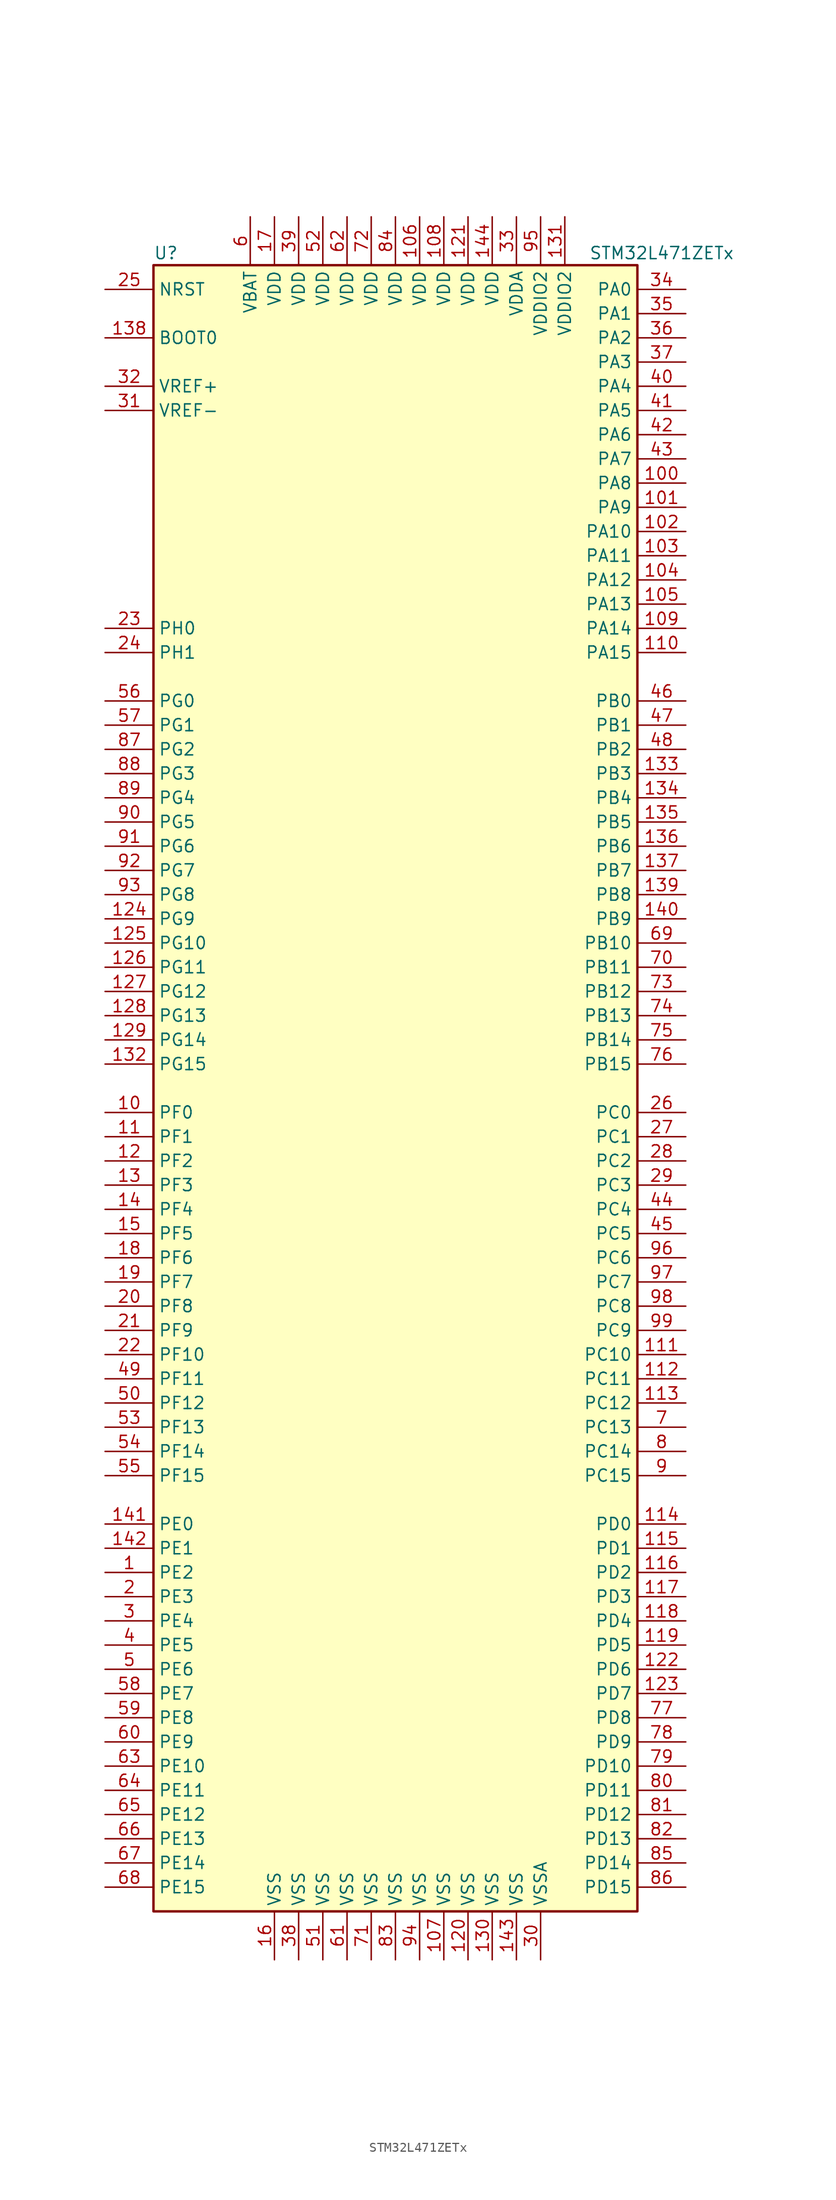
<source format=kicad_sym>
(kicad_symbol_lib
  (version 20211014)
  (generator kicad_symbol_editor)
  (symbol "STM32L471ZETx"
    (property "Reference" "U"
      (at -25.4 87.63 0)
      (effects (font (size 1.27 1.27)) (justify left)))
    (property "Value" "STM32L471ZETx"
      (at 20.32 87.63 0)
      (effects (font (size 1.27 1.27)) (justify left)))
    (symbol "STM32L471ZETx_0_1"
      (rectangle (start -25.4 -86.36) (end 25.4 86.36) (stroke (width 0.254) (type default) (color 0 0 0 0)) (fill (type background))))
    (symbol "STM32L471ZETx_1_1"
      (pin bidirectional line (at -30.48 -50.8 0) (length 5.08) (name "PE2" (effects (font (size 1.27 1.27)))) (number "1" (effects (font (size 1.27 1.27)))))
      (pin bidirectional line (at -30.48 -2.54 0) (length 5.08) (name "PF0" (effects (font (size 1.27 1.27)))) (number "10" (effects (font (size 1.27 1.27)))))
      (pin bidirectional line (at 30.48 63.5 180) (length 5.08) (name "PA8" (effects (font (size 1.27 1.27)))) (number "100" (effects (font (size 1.27 1.27)))))
      (pin bidirectional line (at 30.48 60.96 180) (length 5.08) (name "PA9" (effects (font (size 1.27 1.27)))) (number "101" (effects (font (size 1.27 1.27)))))
      (pin bidirectional line (at 30.48 58.42 180) (length 5.08) (name "PA10" (effects (font (size 1.27 1.27)))) (number "102" (effects (font (size 1.27 1.27)))))
      (pin bidirectional line (at 30.48 55.88 180) (length 5.08) (name "PA11" (effects (font (size 1.27 1.27)))) (number "103" (effects (font (size 1.27 1.27)))))
      (pin bidirectional line (at 30.48 53.34 180) (length 5.08) (name "PA12" (effects (font (size 1.27 1.27)))) (number "104" (effects (font (size 1.27 1.27)))))
      (pin bidirectional line (at 30.48 50.8 180) (length 5.08) (name "PA13" (effects (font (size 1.27 1.27)))) (number "105" (effects (font (size 1.27 1.27)))))
      (pin power_in line (at 2.54 91.44 270) (length 5.08) (name "VDD" (effects (font (size 1.27 1.27)))) (number "106" (effects (font (size 1.27 1.27)))))
      (pin power_in line (at 5.08 -91.44 90) (length 5.08) (name "VSS" (effects (font (size 1.27 1.27)))) (number "107" (effects (font (size 1.27 1.27)))))
      (pin power_in line (at 5.08 91.44 270) (length 5.08) (name "VDD" (effects (font (size 1.27 1.27)))) (number "108" (effects (font (size 1.27 1.27)))))
      (pin bidirectional line (at 30.48 48.26 180) (length 5.08) (name "PA14" (effects (font (size 1.27 1.27)))) (number "109" (effects (font (size 1.27 1.27)))))
      (pin bidirectional line (at -30.48 -5.08 0) (length 5.08) (name "PF1" (effects (font (size 1.27 1.27)))) (number "11" (effects (font (size 1.27 1.27)))))
      (pin bidirectional line (at 30.48 45.72 180) (length 5.08) (name "PA15" (effects (font (size 1.27 1.27)))) (number "110" (effects (font (size 1.27 1.27)))))
      (pin bidirectional line (at 30.48 -27.94 180) (length 5.08) (name "PC10" (effects (font (size 1.27 1.27)))) (number "111" (effects (font (size 1.27 1.27)))))
      (pin bidirectional line (at 30.48 -30.48 180) (length 5.08) (name "PC11" (effects (font (size 1.27 1.27)))) (number "112" (effects (font (size 1.27 1.27)))))
      (pin bidirectional line (at 30.48 -33.02 180) (length 5.08) (name "PC12" (effects (font (size 1.27 1.27)))) (number "113" (effects (font (size 1.27 1.27)))))
      (pin bidirectional line (at 30.48 -45.72 180) (length 5.08) (name "PD0" (effects (font (size 1.27 1.27)))) (number "114" (effects (font (size 1.27 1.27)))))
      (pin bidirectional line (at 30.48 -48.26 180) (length 5.08) (name "PD1" (effects (font (size 1.27 1.27)))) (number "115" (effects (font (size 1.27 1.27)))))
      (pin bidirectional line (at 30.48 -50.8 180) (length 5.08) (name "PD2" (effects (font (size 1.27 1.27)))) (number "116" (effects (font (size 1.27 1.27)))))
      (pin bidirectional line (at 30.48 -53.34 180) (length 5.08) (name "PD3" (effects (font (size 1.27 1.27)))) (number "117" (effects (font (size 1.27 1.27)))))
      (pin bidirectional line (at 30.48 -55.88 180) (length 5.08) (name "PD4" (effects (font (size 1.27 1.27)))) (number "118" (effects (font (size 1.27 1.27)))))
      (pin bidirectional line (at 30.48 -58.42 180) (length 5.08) (name "PD5" (effects (font (size 1.27 1.27)))) (number "119" (effects (font (size 1.27 1.27)))))
      (pin bidirectional line (at -30.48 -7.62 0) (length 5.08) (name "PF2" (effects (font (size 1.27 1.27)))) (number "12" (effects (font (size 1.27 1.27)))))
      (pin power_in line (at 7.62 -91.44 90) (length 5.08) (name "VSS" (effects (font (size 1.27 1.27)))) (number "120" (effects (font (size 1.27 1.27)))))
      (pin power_in line (at 7.62 91.44 270) (length 5.08) (name "VDD" (effects (font (size 1.27 1.27)))) (number "121" (effects (font (size 1.27 1.27)))))
      (pin bidirectional line (at 30.48 -60.96 180) (length 5.08) (name "PD6" (effects (font (size 1.27 1.27)))) (number "122" (effects (font (size 1.27 1.27)))))
      (pin bidirectional line (at 30.48 -63.5 180) (length 5.08) (name "PD7" (effects (font (size 1.27 1.27)))) (number "123" (effects (font (size 1.27 1.27)))))
      (pin bidirectional line (at -30.48 17.78 0) (length 5.08) (name "PG9" (effects (font (size 1.27 1.27)))) (number "124" (effects (font (size 1.27 1.27)))))
      (pin bidirectional line (at -30.48 15.24 0) (length 5.08) (name "PG10" (effects (font (size 1.27 1.27)))) (number "125" (effects (font (size 1.27 1.27)))))
      (pin bidirectional line (at -30.48 12.7 0) (length 5.08) (name "PG11" (effects (font (size 1.27 1.27)))) (number "126" (effects (font (size 1.27 1.27)))))
      (pin bidirectional line (at -30.48 10.16 0) (length 5.08) (name "PG12" (effects (font (size 1.27 1.27)))) (number "127" (effects (font (size 1.27 1.27)))))
      (pin bidirectional line (at -30.48 7.62 0) (length 5.08) (name "PG13" (effects (font (size 1.27 1.27)))) (number "128" (effects (font (size 1.27 1.27)))))
      (pin bidirectional line (at -30.48 5.08 0) (length 5.08) (name "PG14" (effects (font (size 1.27 1.27)))) (number "129" (effects (font (size 1.27 1.27)))))
      (pin bidirectional line (at -30.48 -10.16 0) (length 5.08) (name "PF3" (effects (font (size 1.27 1.27)))) (number "13" (effects (font (size 1.27 1.27)))))
      (pin power_in line (at 10.16 -91.44 90) (length 5.08) (name "VSS" (effects (font (size 1.27 1.27)))) (number "130" (effects (font (size 1.27 1.27)))))
      (pin power_in line (at 17.78 91.44 270) (length 5.08) (name "VDDIO2" (effects (font (size 1.27 1.27)))) (number "131" (effects (font (size 1.27 1.27)))))
      (pin bidirectional line (at -30.48 2.54 0) (length 5.08) (name "PG15" (effects (font (size 1.27 1.27)))) (number "132" (effects (font (size 1.27 1.27)))))
      (pin bidirectional line (at 30.48 33.02 180) (length 5.08) (name "PB3" (effects (font (size 1.27 1.27)))) (number "133" (effects (font (size 1.27 1.27)))))
      (pin bidirectional line (at 30.48 30.48 180) (length 5.08) (name "PB4" (effects (font (size 1.27 1.27)))) (number "134" (effects (font (size 1.27 1.27)))))
      (pin bidirectional line (at 30.48 27.94 180) (length 5.08) (name "PB5" (effects (font (size 1.27 1.27)))) (number "135" (effects (font (size 1.27 1.27)))))
      (pin bidirectional line (at 30.48 25.4 180) (length 5.08) (name "PB6" (effects (font (size 1.27 1.27)))) (number "136" (effects (font (size 1.27 1.27)))))
      (pin bidirectional line (at 30.48 22.86 180) (length 5.08) (name "PB7" (effects (font (size 1.27 1.27)))) (number "137" (effects (font (size 1.27 1.27)))))
      (pin input line (at -30.48 78.74 0) (length 5.08) (name "BOOT0" (effects (font (size 1.27 1.27)))) (number "138" (effects (font (size 1.27 1.27)))))
      (pin bidirectional line (at 30.48 20.32 180) (length 5.08) (name "PB8" (effects (font (size 1.27 1.27)))) (number "139" (effects (font (size 1.27 1.27)))))
      (pin bidirectional line (at -30.48 -12.7 0) (length 5.08) (name "PF4" (effects (font (size 1.27 1.27)))) (number "14" (effects (font (size 1.27 1.27)))))
      (pin bidirectional line (at 30.48 17.78 180) (length 5.08) (name "PB9" (effects (font (size 1.27 1.27)))) (number "140" (effects (font (size 1.27 1.27)))))
      (pin bidirectional line (at -30.48 -45.72 0) (length 5.08) (name "PE0" (effects (font (size 1.27 1.27)))) (number "141" (effects (font (size 1.27 1.27)))))
      (pin bidirectional line (at -30.48 -48.26 0) (length 5.08) (name "PE1" (effects (font (size 1.27 1.27)))) (number "142" (effects (font (size 1.27 1.27)))))
      (pin power_in line (at 12.7 -91.44 90) (length 5.08) (name "VSS" (effects (font (size 1.27 1.27)))) (number "143" (effects (font (size 1.27 1.27)))))
      (pin power_in line (at 10.16 91.44 270) (length 5.08) (name "VDD" (effects (font (size 1.27 1.27)))) (number "144" (effects (font (size 1.27 1.27)))))
      (pin bidirectional line (at -30.48 -15.24 0) (length 5.08) (name "PF5" (effects (font (size 1.27 1.27)))) (number "15" (effects (font (size 1.27 1.27)))))
      (pin power_in line (at -12.7 -91.44 90) (length 5.08) (name "VSS" (effects (font (size 1.27 1.27)))) (number "16" (effects (font (size 1.27 1.27)))))
      (pin power_in line (at -12.7 91.44 270) (length 5.08) (name "VDD" (effects (font (size 1.27 1.27)))) (number "17" (effects (font (size 1.27 1.27)))))
      (pin bidirectional line (at -30.48 -17.78 0) (length 5.08) (name "PF6" (effects (font (size 1.27 1.27)))) (number "18" (effects (font (size 1.27 1.27)))))
      (pin bidirectional line (at -30.48 -20.32 0) (length 5.08) (name "PF7" (effects (font (size 1.27 1.27)))) (number "19" (effects (font (size 1.27 1.27)))))
      (pin bidirectional line (at -30.48 -53.34 0) (length 5.08) (name "PE3" (effects (font (size 1.27 1.27)))) (number "2" (effects (font (size 1.27 1.27)))))
      (pin bidirectional line (at -30.48 -22.86 0) (length 5.08) (name "PF8" (effects (font (size 1.27 1.27)))) (number "20" (effects (font (size 1.27 1.27)))))
      (pin bidirectional line (at -30.48 -25.4 0) (length 5.08) (name "PF9" (effects (font (size 1.27 1.27)))) (number "21" (effects (font (size 1.27 1.27)))))
      (pin bidirectional line (at -30.48 -27.94 0) (length 5.08) (name "PF10" (effects (font (size 1.27 1.27)))) (number "22" (effects (font (size 1.27 1.27)))))
      (pin input line (at -30.48 48.26 0) (length 5.08) (name "PH0" (effects (font (size 1.27 1.27)))) (number "23" (effects (font (size 1.27 1.27)))))
      (pin input line (at -30.48 45.72 0) (length 5.08) (name "PH1" (effects (font (size 1.27 1.27)))) (number "24" (effects (font (size 1.27 1.27)))))
      (pin input line (at -30.48 83.82 0) (length 5.08) (name "NRST" (effects (font (size 1.27 1.27)))) (number "25" (effects (font (size 1.27 1.27)))))
      (pin bidirectional line (at 30.48 -2.54 180) (length 5.08) (name "PC0" (effects (font (size 1.27 1.27)))) (number "26" (effects (font (size 1.27 1.27)))))
      (pin bidirectional line (at 30.48 -5.08 180) (length 5.08) (name "PC1" (effects (font (size 1.27 1.27)))) (number "27" (effects (font (size 1.27 1.27)))))
      (pin bidirectional line (at 30.48 -7.62 180) (length 5.08) (name "PC2" (effects (font (size 1.27 1.27)))) (number "28" (effects (font (size 1.27 1.27)))))
      (pin bidirectional line (at 30.48 -10.16 180) (length 5.08) (name "PC3" (effects (font (size 1.27 1.27)))) (number "29" (effects (font (size 1.27 1.27)))))
      (pin bidirectional line (at -30.48 -55.88 0) (length 5.08) (name "PE4" (effects (font (size 1.27 1.27)))) (number "3" (effects (font (size 1.27 1.27)))))
      (pin power_in line (at 15.24 -91.44 90) (length 5.08) (name "VSSA" (effects (font (size 1.27 1.27)))) (number "30" (effects (font (size 1.27 1.27)))))
      (pin power_in line (at -30.48 71.12 0) (length 5.08) (name "VREF-" (effects (font (size 1.27 1.27)))) (number "31" (effects (font (size 1.27 1.27)))))
      (pin bidirectional line (at -30.48 73.66 0) (length 5.08) (name "VREF+" (effects (font (size 1.27 1.27)))) (number "32" (effects (font (size 1.27 1.27)))))
      (pin power_in line (at 12.7 91.44 270) (length 5.08) (name "VDDA" (effects (font (size 1.27 1.27)))) (number "33" (effects (font (size 1.27 1.27)))))
      (pin bidirectional line (at 30.48 83.82 180) (length 5.08) (name "PA0" (effects (font (size 1.27 1.27)))) (number "34" (effects (font (size 1.27 1.27)))))
      (pin bidirectional line (at 30.48 81.28 180) (length 5.08) (name "PA1" (effects (font (size 1.27 1.27)))) (number "35" (effects (font (size 1.27 1.27)))))
      (pin bidirectional line (at 30.48 78.74 180) (length 5.08) (name "PA2" (effects (font (size 1.27 1.27)))) (number "36" (effects (font (size 1.27 1.27)))))
      (pin bidirectional line (at 30.48 76.2 180) (length 5.08) (name "PA3" (effects (font (size 1.27 1.27)))) (number "37" (effects (font (size 1.27 1.27)))))
      (pin power_in line (at -10.16 -91.44 90) (length 5.08) (name "VSS" (effects (font (size 1.27 1.27)))) (number "38" (effects (font (size 1.27 1.27)))))
      (pin power_in line (at -10.16 91.44 270) (length 5.08) (name "VDD" (effects (font (size 1.27 1.27)))) (number "39" (effects (font (size 1.27 1.27)))))
      (pin bidirectional line (at -30.48 -58.42 0) (length 5.08) (name "PE5" (effects (font (size 1.27 1.27)))) (number "4" (effects (font (size 1.27 1.27)))))
      (pin bidirectional line (at 30.48 73.66 180) (length 5.08) (name "PA4" (effects (font (size 1.27 1.27)))) (number "40" (effects (font (size 1.27 1.27)))))
      (pin bidirectional line (at 30.48 71.12 180) (length 5.08) (name "PA5" (effects (font (size 1.27 1.27)))) (number "41" (effects (font (size 1.27 1.27)))))
      (pin bidirectional line (at 30.48 68.58 180) (length 5.08) (name "PA6" (effects (font (size 1.27 1.27)))) (number "42" (effects (font (size 1.27 1.27)))))
      (pin bidirectional line (at 30.48 66.04 180) (length 5.08) (name "PA7" (effects (font (size 1.27 1.27)))) (number "43" (effects (font (size 1.27 1.27)))))
      (pin bidirectional line (at 30.48 -12.7 180) (length 5.08) (name "PC4" (effects (font (size 1.27 1.27)))) (number "44" (effects (font (size 1.27 1.27)))))
      (pin bidirectional line (at 30.48 -15.24 180) (length 5.08) (name "PC5" (effects (font (size 1.27 1.27)))) (number "45" (effects (font (size 1.27 1.27)))))
      (pin bidirectional line (at 30.48 40.64 180) (length 5.08) (name "PB0" (effects (font (size 1.27 1.27)))) (number "46" (effects (font (size 1.27 1.27)))))
      (pin bidirectional line (at 30.48 38.1 180) (length 5.08) (name "PB1" (effects (font (size 1.27 1.27)))) (number "47" (effects (font (size 1.27 1.27)))))
      (pin bidirectional line (at 30.48 35.56 180) (length 5.08) (name "PB2" (effects (font (size 1.27 1.27)))) (number "48" (effects (font (size 1.27 1.27)))))
      (pin bidirectional line (at -30.48 -30.48 0) (length 5.08) (name "PF11" (effects (font (size 1.27 1.27)))) (number "49" (effects (font (size 1.27 1.27)))))
      (pin bidirectional line (at -30.48 -60.96 0) (length 5.08) (name "PE6" (effects (font (size 1.27 1.27)))) (number "5" (effects (font (size 1.27 1.27)))))
      (pin bidirectional line (at -30.48 -33.02 0) (length 5.08) (name "PF12" (effects (font (size 1.27 1.27)))) (number "50" (effects (font (size 1.27 1.27)))))
      (pin power_in line (at -7.62 -91.44 90) (length 5.08) (name "VSS" (effects (font (size 1.27 1.27)))) (number "51" (effects (font (size 1.27 1.27)))))
      (pin power_in line (at -7.62 91.44 270) (length 5.08) (name "VDD" (effects (font (size 1.27 1.27)))) (number "52" (effects (font (size 1.27 1.27)))))
      (pin bidirectional line (at -30.48 -35.56 0) (length 5.08) (name "PF13" (effects (font (size 1.27 1.27)))) (number "53" (effects (font (size 1.27 1.27)))))
      (pin bidirectional line (at -30.48 -38.1 0) (length 5.08) (name "PF14" (effects (font (size 1.27 1.27)))) (number "54" (effects (font (size 1.27 1.27)))))
      (pin bidirectional line (at -30.48 -40.64 0) (length 5.08) (name "PF15" (effects (font (size 1.27 1.27)))) (number "55" (effects (font (size 1.27 1.27)))))
      (pin bidirectional line (at -30.48 40.64 0) (length 5.08) (name "PG0" (effects (font (size 1.27 1.27)))) (number "56" (effects (font (size 1.27 1.27)))))
      (pin bidirectional line (at -30.48 38.1 0) (length 5.08) (name "PG1" (effects (font (size 1.27 1.27)))) (number "57" (effects (font (size 1.27 1.27)))))
      (pin bidirectional line (at -30.48 -63.5 0) (length 5.08) (name "PE7" (effects (font (size 1.27 1.27)))) (number "58" (effects (font (size 1.27 1.27)))))
      (pin bidirectional line (at -30.48 -66.04 0) (length 5.08) (name "PE8" (effects (font (size 1.27 1.27)))) (number "59" (effects (font (size 1.27 1.27)))))
      (pin power_in line (at -15.24 91.44 270) (length 5.08) (name "VBAT" (effects (font (size 1.27 1.27)))) (number "6" (effects (font (size 1.27 1.27)))))
      (pin bidirectional line (at -30.48 -68.58 0) (length 5.08) (name "PE9" (effects (font (size 1.27 1.27)))) (number "60" (effects (font (size 1.27 1.27)))))
      (pin power_in line (at -5.08 -91.44 90) (length 5.08) (name "VSS" (effects (font (size 1.27 1.27)))) (number "61" (effects (font (size 1.27 1.27)))))
      (pin power_in line (at -5.08 91.44 270) (length 5.08) (name "VDD" (effects (font (size 1.27 1.27)))) (number "62" (effects (font (size 1.27 1.27)))))
      (pin bidirectional line (at -30.48 -71.12 0) (length 5.08) (name "PE10" (effects (font (size 1.27 1.27)))) (number "63" (effects (font (size 1.27 1.27)))))
      (pin bidirectional line (at -30.48 -73.66 0) (length 5.08) (name "PE11" (effects (font (size 1.27 1.27)))) (number "64" (effects (font (size 1.27 1.27)))))
      (pin bidirectional line (at -30.48 -76.2 0) (length 5.08) (name "PE12" (effects (font (size 1.27 1.27)))) (number "65" (effects (font (size 1.27 1.27)))))
      (pin bidirectional line (at -30.48 -78.74 0) (length 5.08) (name "PE13" (effects (font (size 1.27 1.27)))) (number "66" (effects (font (size 1.27 1.27)))))
      (pin bidirectional line (at -30.48 -81.28 0) (length 5.08) (name "PE14" (effects (font (size 1.27 1.27)))) (number "67" (effects (font (size 1.27 1.27)))))
      (pin bidirectional line (at -30.48 -83.82 0) (length 5.08) (name "PE15" (effects (font (size 1.27 1.27)))) (number "68" (effects (font (size 1.27 1.27)))))
      (pin bidirectional line (at 30.48 15.24 180) (length 5.08) (name "PB10" (effects (font (size 1.27 1.27)))) (number "69" (effects (font (size 1.27 1.27)))))
      (pin bidirectional line (at 30.48 -35.56 180) (length 5.08) (name "PC13" (effects (font (size 1.27 1.27)))) (number "7" (effects (font (size 1.27 1.27)))))
      (pin bidirectional line (at 30.48 12.7 180) (length 5.08) (name "PB11" (effects (font (size 1.27 1.27)))) (number "70" (effects (font (size 1.27 1.27)))))
      (pin power_in line (at -2.54 -91.44 90) (length 5.08) (name "VSS" (effects (font (size 1.27 1.27)))) (number "71" (effects (font (size 1.27 1.27)))))
      (pin power_in line (at -2.54 91.44 270) (length 5.08) (name "VDD" (effects (font (size 1.27 1.27)))) (number "72" (effects (font (size 1.27 1.27)))))
      (pin bidirectional line (at 30.48 10.16 180) (length 5.08) (name "PB12" (effects (font (size 1.27 1.27)))) (number "73" (effects (font (size 1.27 1.27)))))
      (pin bidirectional line (at 30.48 7.62 180) (length 5.08) (name "PB13" (effects (font (size 1.27 1.27)))) (number "74" (effects (font (size 1.27 1.27)))))
      (pin bidirectional line (at 30.48 5.08 180) (length 5.08) (name "PB14" (effects (font (size 1.27 1.27)))) (number "75" (effects (font (size 1.27 1.27)))))
      (pin bidirectional line (at 30.48 2.54 180) (length 5.08) (name "PB15" (effects (font (size 1.27 1.27)))) (number "76" (effects (font (size 1.27 1.27)))))
      (pin bidirectional line (at 30.48 -66.04 180) (length 5.08) (name "PD8" (effects (font (size 1.27 1.27)))) (number "77" (effects (font (size 1.27 1.27)))))
      (pin bidirectional line (at 30.48 -68.58 180) (length 5.08) (name "PD9" (effects (font (size 1.27 1.27)))) (number "78" (effects (font (size 1.27 1.27)))))
      (pin bidirectional line (at 30.48 -71.12 180) (length 5.08) (name "PD10" (effects (font (size 1.27 1.27)))) (number "79" (effects (font (size 1.27 1.27)))))
      (pin bidirectional line (at 30.48 -38.1 180) (length 5.08) (name "PC14" (effects (font (size 1.27 1.27)))) (number "8" (effects (font (size 1.27 1.27)))))
      (pin bidirectional line (at 30.48 -73.66 180) (length 5.08) (name "PD11" (effects (font (size 1.27 1.27)))) (number "80" (effects (font (size 1.27 1.27)))))
      (pin bidirectional line (at 30.48 -76.2 180) (length 5.08) (name "PD12" (effects (font (size 1.27 1.27)))) (number "81" (effects (font (size 1.27 1.27)))))
      (pin bidirectional line (at 30.48 -78.74 180) (length 5.08) (name "PD13" (effects (font (size 1.27 1.27)))) (number "82" (effects (font (size 1.27 1.27)))))
      (pin power_in line (at 0 -91.44 90) (length 5.08) (name "VSS" (effects (font (size 1.27 1.27)))) (number "83" (effects (font (size 1.27 1.27)))))
      (pin power_in line (at 0 91.44 270) (length 5.08) (name "VDD" (effects (font (size 1.27 1.27)))) (number "84" (effects (font (size 1.27 1.27)))))
      (pin bidirectional line (at 30.48 -81.28 180) (length 5.08) (name "PD14" (effects (font (size 1.27 1.27)))) (number "85" (effects (font (size 1.27 1.27)))))
      (pin bidirectional line (at 30.48 -83.82 180) (length 5.08) (name "PD15" (effects (font (size 1.27 1.27)))) (number "86" (effects (font (size 1.27 1.27)))))
      (pin bidirectional line (at -30.48 35.56 0) (length 5.08) (name "PG2" (effects (font (size 1.27 1.27)))) (number "87" (effects (font (size 1.27 1.27)))))
      (pin bidirectional line (at -30.48 33.02 0) (length 5.08) (name "PG3" (effects (font (size 1.27 1.27)))) (number "88" (effects (font (size 1.27 1.27)))))
      (pin bidirectional line (at -30.48 30.48 0) (length 5.08) (name "PG4" (effects (font (size 1.27 1.27)))) (number "89" (effects (font (size 1.27 1.27)))))
      (pin bidirectional line (at 30.48 -40.64 180) (length 5.08) (name "PC15" (effects (font (size 1.27 1.27)))) (number "9" (effects (font (size 1.27 1.27)))))
      (pin bidirectional line (at -30.48 27.94 0) (length 5.08) (name "PG5" (effects (font (size 1.27 1.27)))) (number "90" (effects (font (size 1.27 1.27)))))
      (pin bidirectional line (at -30.48 25.4 0) (length 5.08) (name "PG6" (effects (font (size 1.27 1.27)))) (number "91" (effects (font (size 1.27 1.27)))))
      (pin bidirectional line (at -30.48 22.86 0) (length 5.08) (name "PG7" (effects (font (size 1.27 1.27)))) (number "92" (effects (font (size 1.27 1.27)))))
      (pin bidirectional line (at -30.48 20.32 0) (length 5.08) (name "PG8" (effects (font (size 1.27 1.27)))) (number "93" (effects (font (size 1.27 1.27)))))
      (pin power_in line (at 2.54 -91.44 90) (length 5.08) (name "VSS" (effects (font (size 1.27 1.27)))) (number "94" (effects (font (size 1.27 1.27)))))
      (pin power_in line (at 15.24 91.44 270) (length 5.08) (name "VDDIO2" (effects (font (size 1.27 1.27)))) (number "95" (effects (font (size 1.27 1.27)))))
      (pin bidirectional line (at 30.48 -17.78 180) (length 5.08) (name "PC6" (effects (font (size 1.27 1.27)))) (number "96" (effects (font (size 1.27 1.27)))))
      (pin bidirectional line (at 30.48 -20.32 180) (length 5.08) (name "PC7" (effects (font (size 1.27 1.27)))) (number "97" (effects (font (size 1.27 1.27)))))
      (pin bidirectional line (at 30.48 -22.86 180) (length 5.08) (name "PC8" (effects (font (size 1.27 1.27)))) (number "98" (effects (font (size 1.27 1.27)))))
      (pin bidirectional line (at 30.48 -25.4 180) (length 5.08) (name "PC9" (effects (font (size 1.27 1.27)))) (number "99" (effects (font (size 1.27 1.27))))))))
</source>
